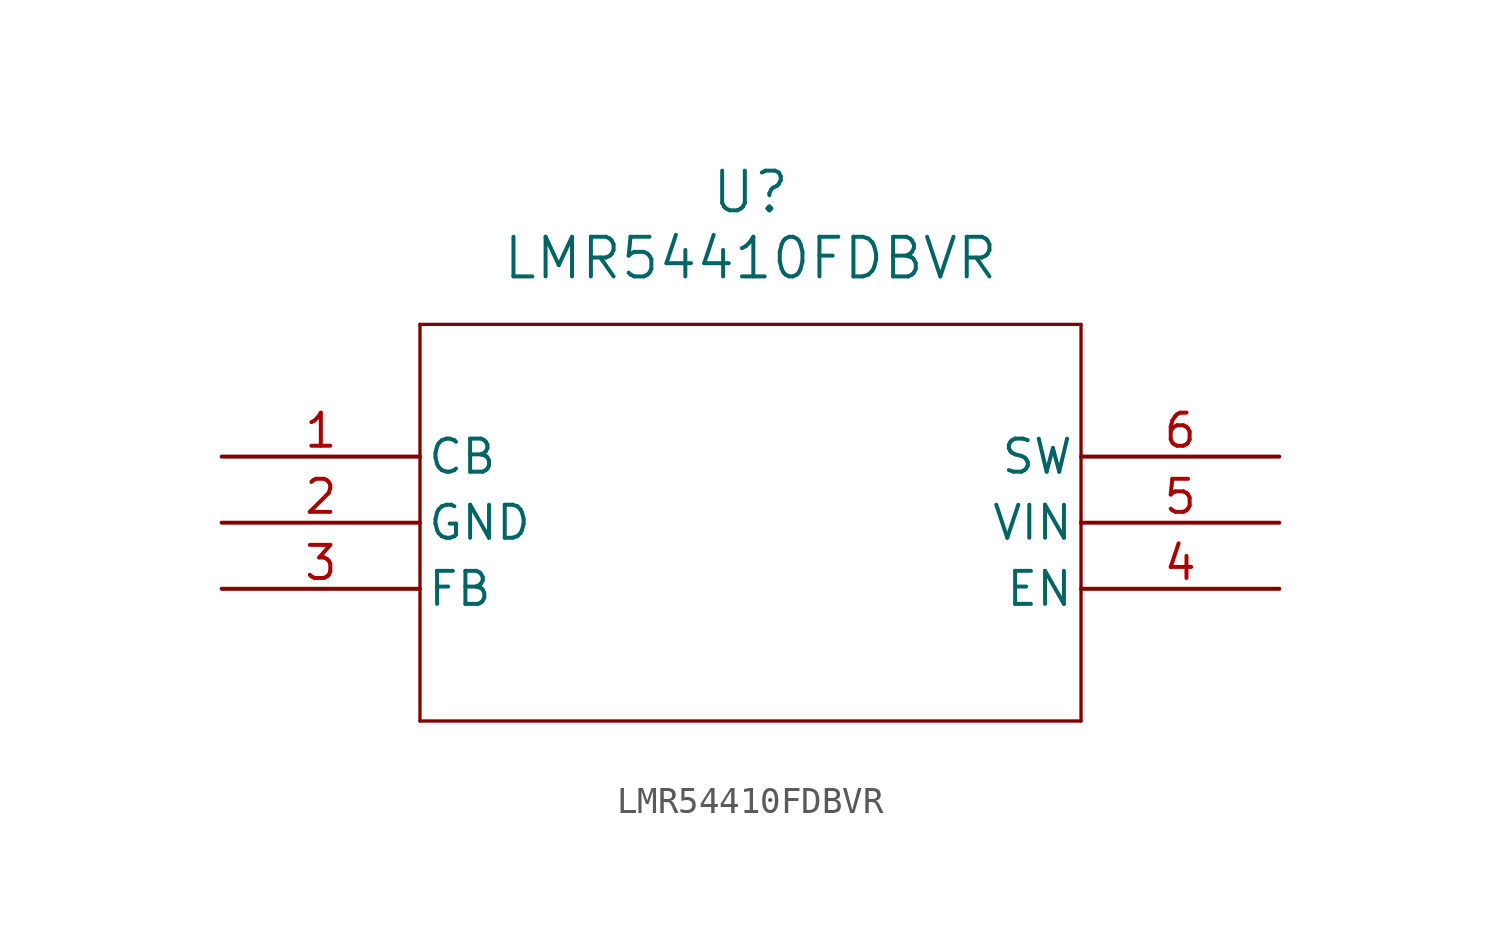
<source format=kicad_sym>
(kicad_symbol_lib
  (version 20211014)
  (generator kicad_symbol_editor)
  (symbol "LMR54410FDBVR"
    (pin_names
      (offset 0.254))
    (property "Reference" "U"
      (at 20.32 10.16 0)
      (effects (font (size 1.524 1.524))))
    (property "Value" "LMR54410FDBVR"
      (at 20.32 7.62 0)
      (effects (font (size 1.524 1.524))))
    (symbol "LMR54410FDBVR_0_1"
      (polyline (pts (xy 7.62 5.08) (xy 7.62 -10.16)) (stroke (width 0.127) (type default) (color 0 0 0 0)) (fill (type none)))
      (polyline (pts (xy 7.62 -10.16) (xy 33.02 -10.16)) (stroke (width 0.127) (type default) (color 0 0 0 0)) (fill (type none)))
      (polyline (pts (xy 33.02 -10.16) (xy 33.02 5.08)) (stroke (width 0.127) (type default) (color 0 0 0 0)) (fill (type none)))
      (polyline (pts (xy 33.02 5.08) (xy 7.62 5.08)) (stroke (width 0.127) (type default) (color 0 0 0 0)) (fill (type none)))
      (pin power_in line (at 0 0 0) (length 7.62) (name "CB" (effects (font (size 1.27 1.27)))) (number "1" (effects (font (size 1.27 1.27)))))
      (pin power_out line (at 0 -2.54 0) (length 7.62) (name "GND" (effects (font (size 1.27 1.27)))) (number "2" (effects (font (size 1.27 1.27)))))
      (pin unspecified line (at 0 -5.08 0) (length 7.62) (name "FB" (effects (font (size 1.27 1.27)))) (number "3" (effects (font (size 1.27 1.27)))))
      (pin unspecified line (at 40.64 -5.08 180) (length 7.62) (name "EN" (effects (font (size 1.27 1.27)))) (number "4" (effects (font (size 1.27 1.27)))))
      (pin power_in line (at 40.64 -2.54 180) (length 7.62) (name "VIN" (effects (font (size 1.27 1.27)))) (number "5" (effects (font (size 1.27 1.27)))))
      (pin power_in line (at 40.64 0 180) (length 7.62) (name "SW" (effects (font (size 1.27 1.27)))) (number "6" (effects (font (size 1.27 1.27))))))))
</source>
